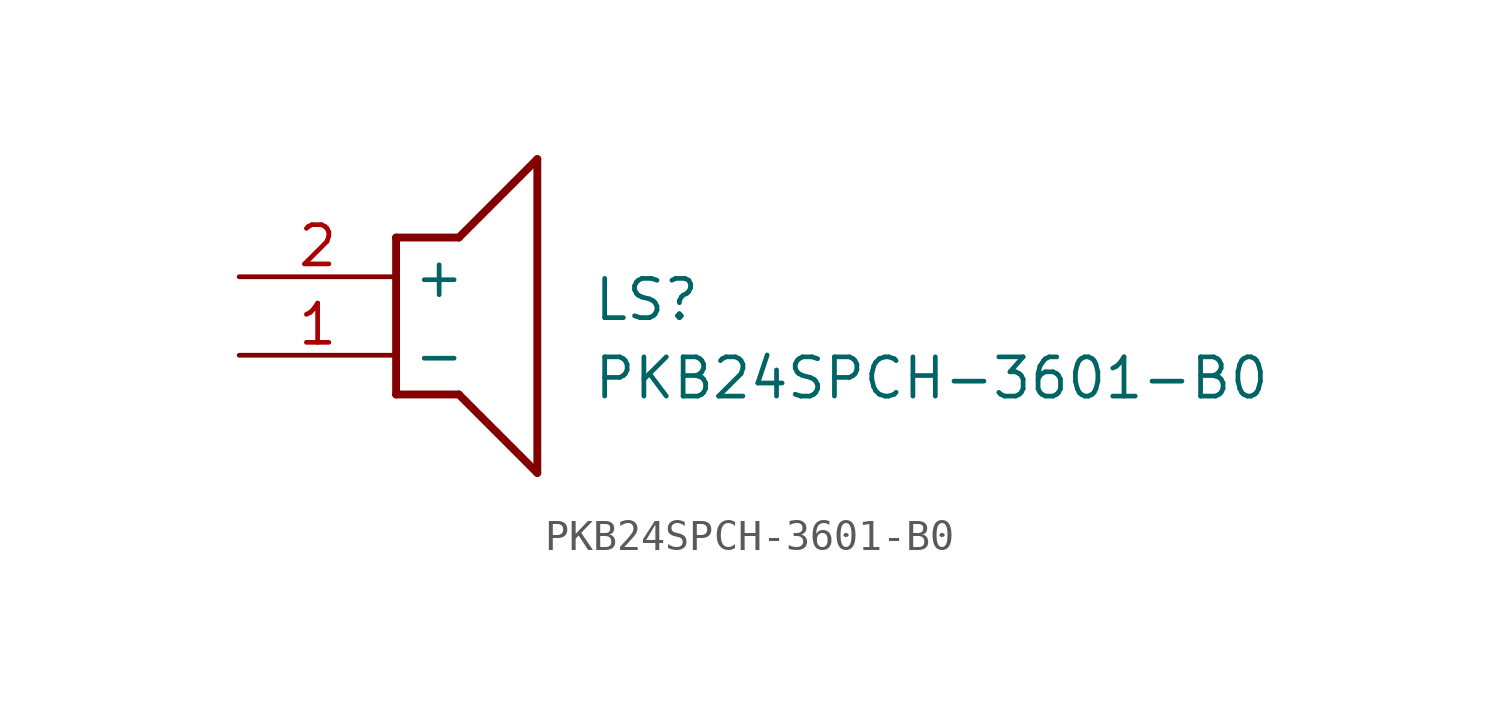
<source format=kicad_sym>
(kicad_symbol_lib
  (version 20211014)
  (generator SamacSys_ECAD_Model)
  (symbol "PKB24SPCH-3601-B0"
    (property "Reference" "LS"
      (at 11.43 0 0)
      (effects (font (size 1.27 1.27)) (justify left top)))
    (property "Value" "PKB24SPCH-3601-B0"
      (at 11.43 -2.54 0)
      (effects (font (size 1.27 1.27)) (justify left top)))
    (polyline
      (pts (xy 5.08 1.27) (xy 7.112 1.27))
      (stroke (width 0.254) (type default))
      (fill (type none)))
    (polyline
      (pts (xy 9.652 3.81) (xy 7.112 1.27))
      (stroke (width 0.254) (type default))
      (fill (type none)))
    (polyline
      (pts (xy 9.652 3.81) (xy 9.652 -6.35))
      (stroke (width 0.254) (type default))
      (fill (type none)))
    (polyline
      (pts (xy 7.112 -3.81) (xy 9.652 -6.35))
      (stroke (width 0.254) (type default))
      (fill (type none)))
    (polyline
      (pts (xy 7.112 -3.81) (xy 5.08 -3.81))
      (stroke (width 0.254) (type default))
      (fill (type none)))
    (polyline
      (pts (xy 5.08 1.27) (xy 5.08 -3.81))
      (stroke (width 0.254) (type default))
      (fill (type none)))
    (pin passive line
      (at 0 0 0)
      (length 5.08)
      (name "+" (effects (font (size 1.27 1.27))))
      (number "2" (effects (font (size 1.27 1.27)))))
    (pin passive line
      (at 0 -2.54 0)
      (length 5.08)
      (name "-" (effects (font (size 1.27 1.27))))
      (number "1" (effects (font (size 1.27 1.27)))))))
</source>
